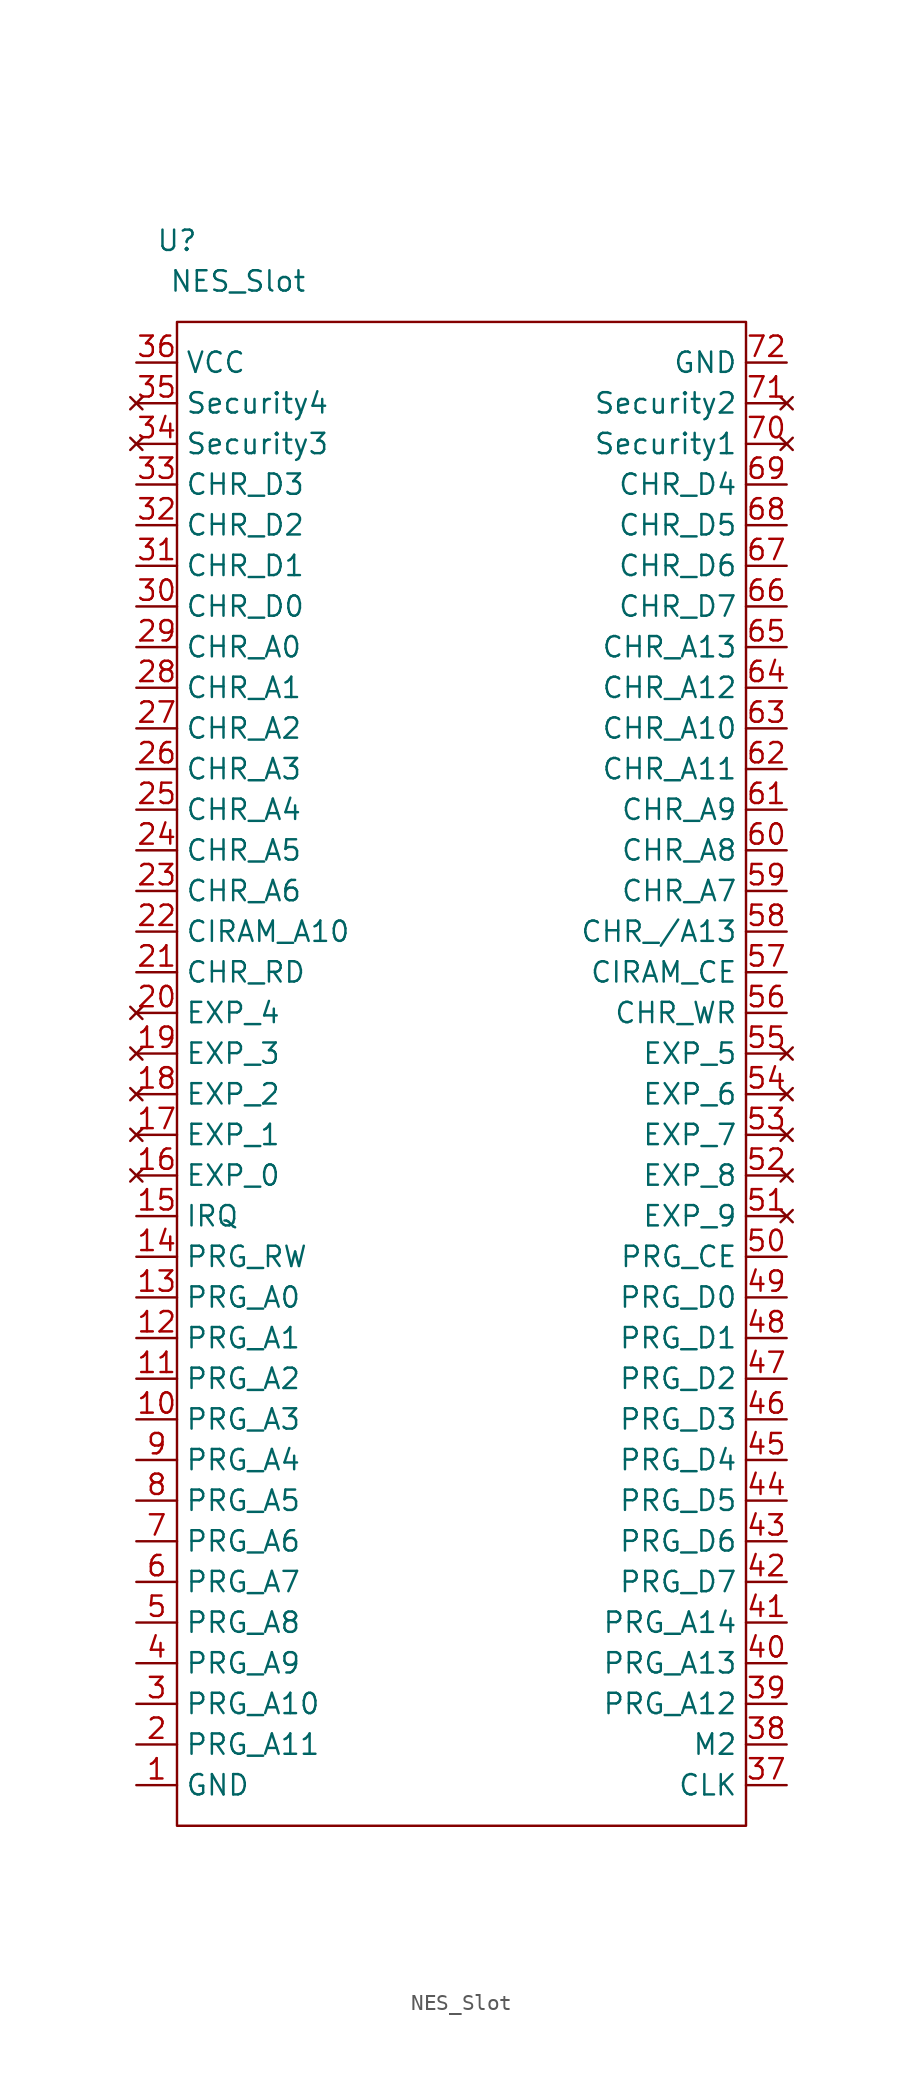
<source format=kicad_sym>
(kicad_symbol_lib
  (version 20231120)
  (generator "kicad_symbol_editor")
  (generator_version "8.0")
  (symbol "NES_Slot"
    (property "Reference" "U"
      (at -16.51 44.45 0)
      (effects (font (size 1.27 1.27))))
    (property "Value" "NES_Slot"
      (at -12.7 41.91 0)
      (effects (font (size 1.27 1.27))))
    (symbol "NES_Slot_0_1"
      (rectangle (start -16.51 39.37) (end 19.05 -54.61) (stroke (width 0.152) (type default)) (fill (type none))))
    (symbol "NES_Slot_1_1"
      (pin power_in line (at -19.05 -52.07 0) (length 2.54) (name "GND" (effects (font (size 1.27 1.27)))) (number "1" (effects (font (size 1.27 1.27)))))
      (pin input line (at -19.05 -29.21 0) (length 2.54) (name "PRG_A3" (effects (font (size 1.27 1.27)))) (number "10" (effects (font (size 1.27 1.27)))))
      (pin input line (at -19.05 -26.67 0) (length 2.54) (name "PRG_A2" (effects (font (size 1.27 1.27)))) (number "11" (effects (font (size 1.27 1.27)))))
      (pin input line (at -19.05 -24.13 0) (length 2.54) (name "PRG_A1" (effects (font (size 1.27 1.27)))) (number "12" (effects (font (size 1.27 1.27)))))
      (pin input line (at -19.05 -21.59 0) (length 2.54) (name "PRG_A0" (effects (font (size 1.27 1.27)))) (number "13" (effects (font (size 1.27 1.27)))))
      (pin input line (at -19.05 -19.05 0) (length 2.54) (name "PRG_RW" (effects (font (size 1.27 1.27)))) (number "14" (effects (font (size 1.27 1.27)))))
      (pin input line (at -19.05 -16.51 0) (length 2.54) (name "IRQ" (effects (font (size 1.27 1.27)))) (number "15" (effects (font (size 1.27 1.27)))))
      (pin no_connect line (at -19.05 -13.97 0) (length 2.54) (name "EXP_0" (effects (font (size 1.27 1.27)))) (number "16" (effects (font (size 1.27 1.27)))))
      (pin no_connect line (at -19.05 -11.43 0) (length 2.54) (name "EXP_1" (effects (font (size 1.27 1.27)))) (number "17" (effects (font (size 1.27 1.27)))))
      (pin no_connect line (at -19.05 -8.89 0) (length 2.54) (name "EXP_2" (effects (font (size 1.27 1.27)))) (number "18" (effects (font (size 1.27 1.27)))))
      (pin no_connect line (at -19.05 -6.35 0) (length 2.54) (name "EXP_3" (effects (font (size 1.27 1.27)))) (number "19" (effects (font (size 1.27 1.27)))))
      (pin input line (at -19.05 -49.53 0) (length 2.54) (name "PRG_A11" (effects (font (size 1.27 1.27)))) (number "2" (effects (font (size 1.27 1.27)))))
      (pin no_connect line (at -19.05 -3.81 0) (length 2.54) (name "EXP_4" (effects (font (size 1.27 1.27)))) (number "20" (effects (font (size 1.27 1.27)))))
      (pin input line (at -19.05 -1.27 0) (length 2.54) (name "CHR_RD" (effects (font (size 1.27 1.27)))) (number "21" (effects (font (size 1.27 1.27)))))
      (pin input line (at -19.05 1.27 0) (length 2.54) (name "CIRAM_A10" (effects (font (size 1.27 1.27)))) (number "22" (effects (font (size 1.27 1.27)))))
      (pin input line (at -19.05 3.81 0) (length 2.54) (name "CHR_A6" (effects (font (size 1.27 1.27)))) (number "23" (effects (font (size 1.27 1.27)))))
      (pin input line (at -19.05 6.35 0) (length 2.54) (name "CHR_A5" (effects (font (size 1.27 1.27)))) (number "24" (effects (font (size 1.27 1.27)))))
      (pin input line (at -19.05 8.89 0) (length 2.54) (name "CHR_A4" (effects (font (size 1.27 1.27)))) (number "25" (effects (font (size 1.27 1.27)))))
      (pin input line (at -19.05 11.43 0) (length 2.54) (name "CHR_A3" (effects (font (size 1.27 1.27)))) (number "26" (effects (font (size 1.27 1.27)))))
      (pin input line (at -19.05 13.97 0) (length 2.54) (name "CHR_A2" (effects (font (size 1.27 1.27)))) (number "27" (effects (font (size 1.27 1.27)))))
      (pin input line (at -19.05 16.51 0) (length 2.54) (name "CHR_A1" (effects (font (size 1.27 1.27)))) (number "28" (effects (font (size 1.27 1.27)))))
      (pin input line (at -19.05 19.05 0) (length 2.54) (name "CHR_A0" (effects (font (size 1.27 1.27)))) (number "29" (effects (font (size 1.27 1.27)))))
      (pin input line (at -19.05 -46.99 0) (length 2.54) (name "PRG_A10" (effects (font (size 1.27 1.27)))) (number "3" (effects (font (size 1.27 1.27)))))
      (pin bidirectional line (at -19.05 21.59 0) (length 2.54) (name "CHR_D0" (effects (font (size 1.27 1.27)))) (number "30" (effects (font (size 1.27 1.27)))))
      (pin bidirectional line (at -19.05 24.13 0) (length 2.54) (name "CHR_D1" (effects (font (size 1.27 1.27)))) (number "31" (effects (font (size 1.27 1.27)))))
      (pin bidirectional line (at -19.05 26.67 0) (length 2.54) (name "CHR_D2" (effects (font (size 1.27 1.27)))) (number "32" (effects (font (size 1.27 1.27)))))
      (pin bidirectional line (at -19.05 29.21 0) (length 2.54) (name "CHR_D3" (effects (font (size 1.27 1.27)))) (number "33" (effects (font (size 1.27 1.27)))))
      (pin no_connect line (at -19.05 31.75 0) (length 2.54) (name "Security3" (effects (font (size 1.27 1.27)))) (number "34" (effects (font (size 1.27 1.27)))))
      (pin no_connect line (at -19.05 34.29 0) (length 2.54) (name "Security4" (effects (font (size 1.27 1.27)))) (number "35" (effects (font (size 1.27 1.27)))))
      (pin power_in line (at -19.05 36.83 0) (length 2.54) (name "VCC" (effects (font (size 1.27 1.27)))) (number "36" (effects (font (size 1.27 1.27)))))
      (pin input line (at 21.59 -52.07 180) (length 2.54) (name "CLK" (effects (font (size 1.27 1.27)))) (number "37" (effects (font (size 1.27 1.27)))))
      (pin input line (at 21.59 -49.53 180) (length 2.54) (name "M2" (effects (font (size 1.27 1.27)))) (number "38" (effects (font (size 1.27 1.27)))))
      (pin input line (at 21.59 -46.99 180) (length 2.54) (name "PRG_A12" (effects (font (size 1.27 1.27)))) (number "39" (effects (font (size 1.27 1.27)))))
      (pin input line (at -19.05 -44.45 0) (length 2.54) (name "PRG_A9" (effects (font (size 1.27 1.27)))) (number "4" (effects (font (size 1.27 1.27)))))
      (pin input line (at 21.59 -44.45 180) (length 2.54) (name "PRG_A13" (effects (font (size 1.27 1.27)))) (number "40" (effects (font (size 1.27 1.27)))))
      (pin input line (at 21.59 -41.91 180) (length 2.54) (name "PRG_A14" (effects (font (size 1.27 1.27)))) (number "41" (effects (font (size 1.27 1.27)))))
      (pin bidirectional line (at 21.59 -39.37 180) (length 2.54) (name "PRG_D7" (effects (font (size 1.27 1.27)))) (number "42" (effects (font (size 1.27 1.27)))))
      (pin bidirectional line (at 21.59 -36.83 180) (length 2.54) (name "PRG_D6" (effects (font (size 1.27 1.27)))) (number "43" (effects (font (size 1.27 1.27)))))
      (pin bidirectional line (at 21.59 -34.29 180) (length 2.54) (name "PRG_D5" (effects (font (size 1.27 1.27)))) (number "44" (effects (font (size 1.27 1.27)))))
      (pin bidirectional line (at 21.59 -31.75 180) (length 2.54) (name "PRG_D4" (effects (font (size 1.27 1.27)))) (number "45" (effects (font (size 1.27 1.27)))))
      (pin bidirectional line (at 21.59 -29.21 180) (length 2.54) (name "PRG_D3" (effects (font (size 1.27 1.27)))) (number "46" (effects (font (size 1.27 1.27)))))
      (pin bidirectional line (at 21.59 -26.67 180) (length 2.54) (name "PRG_D2" (effects (font (size 1.27 1.27)))) (number "47" (effects (font (size 1.27 1.27)))))
      (pin bidirectional line (at 21.59 -24.13 180) (length 2.54) (name "PRG_D1" (effects (font (size 1.27 1.27)))) (number "48" (effects (font (size 1.27 1.27)))))
      (pin bidirectional line (at 21.59 -21.59 180) (length 2.54) (name "PRG_D0" (effects (font (size 1.27 1.27)))) (number "49" (effects (font (size 1.27 1.27)))))
      (pin input line (at -19.05 -41.91 0) (length 2.54) (name "PRG_A8" (effects (font (size 1.27 1.27)))) (number "5" (effects (font (size 1.27 1.27)))))
      (pin input line (at 21.59 -19.05 180) (length 2.54) (name "PRG_CE" (effects (font (size 1.27 1.27)))) (number "50" (effects (font (size 1.27 1.27)))))
      (pin no_connect line (at 21.59 -16.51 180) (length 2.54) (name "EXP_9" (effects (font (size 1.27 1.27)))) (number "51" (effects (font (size 1.27 1.27)))))
      (pin no_connect line (at 21.59 -13.97 180) (length 2.54) (name "EXP_8" (effects (font (size 1.27 1.27)))) (number "52" (effects (font (size 1.27 1.27)))))
      (pin no_connect line (at 21.59 -11.43 180) (length 2.54) (name "EXP_7" (effects (font (size 1.27 1.27)))) (number "53" (effects (font (size 1.27 1.27)))))
      (pin no_connect line (at 21.59 -8.89 180) (length 2.54) (name "EXP_6" (effects (font (size 1.27 1.27)))) (number "54" (effects (font (size 1.27 1.27)))))
      (pin no_connect line (at 21.59 -6.35 180) (length 2.54) (name "EXP_5" (effects (font (size 1.27 1.27)))) (number "55" (effects (font (size 1.27 1.27)))))
      (pin input line (at 21.59 -3.81 180) (length 2.54) (name "CHR_WR" (effects (font (size 1.27 1.27)))) (number "56" (effects (font (size 1.27 1.27)))))
      (pin input line (at 21.59 -1.27 180) (length 2.54) (name "CIRAM_CE" (effects (font (size 1.27 1.27)))) (number "57" (effects (font (size 1.27 1.27)))))
      (pin input line (at 21.59 1.27 180) (length 2.54) (name "CHR_/A13" (effects (font (size 1.27 1.27)))) (number "58" (effects (font (size 1.27 1.27)))))
      (pin bidirectional line (at 21.59 3.81 180) (length 2.54) (name "CHR_A7" (effects (font (size 1.27 1.27)))) (number "59" (effects (font (size 1.27 1.27)))))
      (pin input line (at -19.05 -39.37 0) (length 2.54) (name "PRG_A7" (effects (font (size 1.27 1.27)))) (number "6" (effects (font (size 1.27 1.27)))))
      (pin input line (at 21.59 6.35 180) (length 2.54) (name "CHR_A8" (effects (font (size 1.27 1.27)))) (number "60" (effects (font (size 1.27 1.27)))))
      (pin input line (at 21.59 8.89 180) (length 2.54) (name "CHR_A9" (effects (font (size 1.27 1.27)))) (number "61" (effects (font (size 1.27 1.27)))))
      (pin input line (at 21.59 11.43 180) (length 2.54) (name "CHR_A11" (effects (font (size 1.27 1.27)))) (number "62" (effects (font (size 1.27 1.27)))))
      (pin input line (at 21.59 13.97 180) (length 2.54) (name "CHR_A10" (effects (font (size 1.27 1.27)))) (number "63" (effects (font (size 1.27 1.27)))))
      (pin input line (at 21.59 16.51 180) (length 2.54) (name "CHR_A12" (effects (font (size 1.27 1.27)))) (number "64" (effects (font (size 1.27 1.27)))))
      (pin input line (at 21.59 19.05 180) (length 2.54) (name "CHR_A13" (effects (font (size 1.27 1.27)))) (number "65" (effects (font (size 1.27 1.27)))))
      (pin bidirectional line (at 21.59 21.59 180) (length 2.54) (name "CHR_D7" (effects (font (size 1.27 1.27)))) (number "66" (effects (font (size 1.27 1.27)))))
      (pin bidirectional line (at 21.59 24.13 180) (length 2.54) (name "CHR_D6" (effects (font (size 1.27 1.27)))) (number "67" (effects (font (size 1.27 1.27)))))
      (pin bidirectional line (at 21.59 26.67 180) (length 2.54) (name "CHR_D5" (effects (font (size 1.27 1.27)))) (number "68" (effects (font (size 1.27 1.27)))))
      (pin bidirectional line (at 21.59 29.21 180) (length 2.54) (name "CHR_D4" (effects (font (size 1.27 1.27)))) (number "69" (effects (font (size 1.27 1.27)))))
      (pin input line (at -19.05 -36.83 0) (length 2.54) (name "PRG_A6" (effects (font (size 1.27 1.27)))) (number "7" (effects (font (size 1.27 1.27)))))
      (pin no_connect line (at 21.59 31.75 180) (length 2.54) (name "Security1" (effects (font (size 1.27 1.27)))) (number "70" (effects (font (size 1.27 1.27)))))
      (pin no_connect line (at 21.59 34.29 180) (length 2.54) (name "Security2" (effects (font (size 1.27 1.27)))) (number "71" (effects (font (size 1.27 1.27)))))
      (pin power_in line (at 21.59 36.83 180) (length 2.54) (name "GND" (effects (font (size 1.27 1.27)))) (number "72" (effects (font (size 1.27 1.27)))))
      (pin input line (at -19.05 -34.29 0) (length 2.54) (name "PRG_A5" (effects (font (size 1.27 1.27)))) (number "8" (effects (font (size 1.27 1.27)))))
      (pin input line (at -19.05 -31.75 0) (length 2.54) (name "PRG_A4" (effects (font (size 1.27 1.27)))) (number "9" (effects (font (size 1.27 1.27))))))))
</source>
